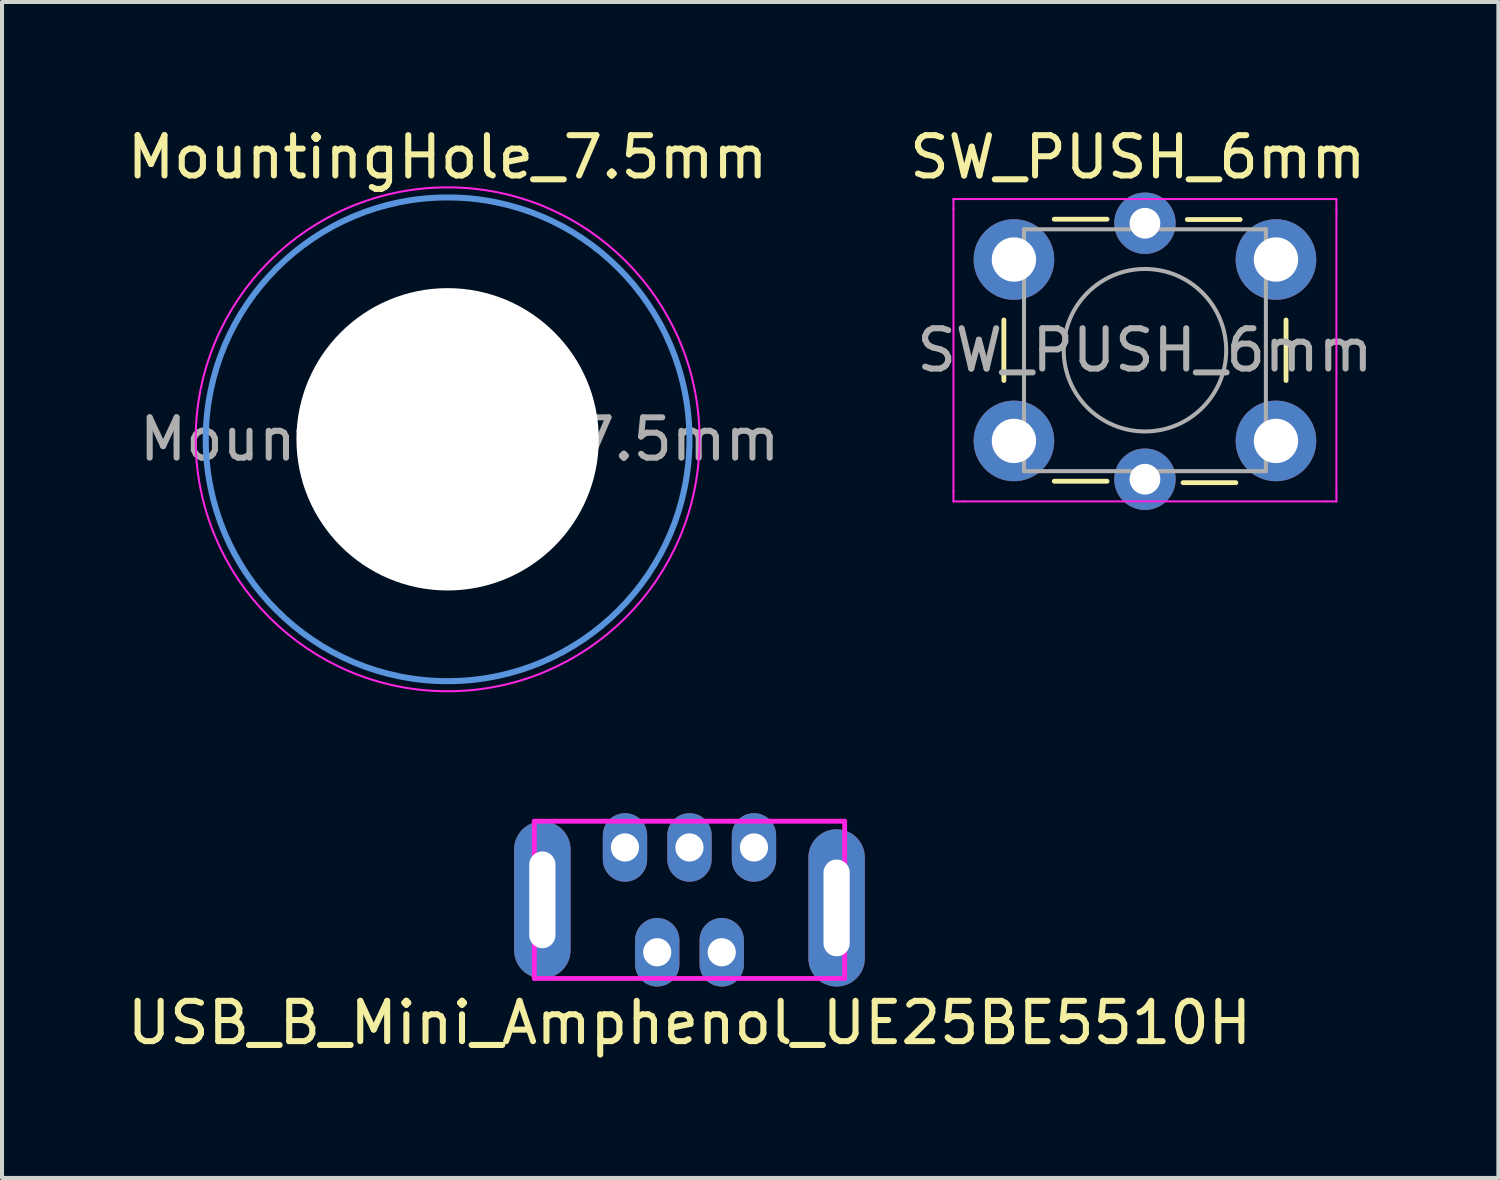
<source format=kicad_pcb>
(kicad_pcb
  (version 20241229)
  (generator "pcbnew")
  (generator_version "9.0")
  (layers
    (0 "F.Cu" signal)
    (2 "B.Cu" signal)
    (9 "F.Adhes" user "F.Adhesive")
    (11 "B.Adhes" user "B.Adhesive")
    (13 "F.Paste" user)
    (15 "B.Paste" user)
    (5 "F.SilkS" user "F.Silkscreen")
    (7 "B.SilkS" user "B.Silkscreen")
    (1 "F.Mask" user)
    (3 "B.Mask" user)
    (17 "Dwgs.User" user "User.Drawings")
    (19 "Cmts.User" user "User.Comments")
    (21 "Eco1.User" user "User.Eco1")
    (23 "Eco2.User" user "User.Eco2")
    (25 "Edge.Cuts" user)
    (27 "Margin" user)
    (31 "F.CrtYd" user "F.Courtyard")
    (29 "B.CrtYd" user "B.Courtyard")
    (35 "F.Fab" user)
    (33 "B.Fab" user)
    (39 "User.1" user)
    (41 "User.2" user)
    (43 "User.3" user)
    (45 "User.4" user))
  (footprint "SW_PUSH_6mm"
    (layer "F.Cu")
    (at 25.175 5.698)
    (property "Reference" "SW_PUSH_6mm" (at 0 -4.85 0) (layer "F.SilkS") (effects (font (size 1 1) (thickness 0.15))))
    (attr through_hole)
    (fp_line (start -3.322 -0.81) (end -3.322 0.69) (stroke (width 0.12) (type solid)) (layer "F.SilkS"))
    (fp_line (start -2.072 3.19) (end -0.762 3.19) (stroke (width 0.12) (type solid)) (layer "F.SilkS"))
    (fp_line (start -0.762 -3.31) (end -2.072 -3.31) (stroke (width 0.12) (type solid)) (layer "F.SilkS"))
    (fp_line (start 1.123 3.226) (end 2.433 3.226) (stroke (width 0.12) (type solid)) (layer "F.SilkS"))
    (fp_line (start 2.54 -3.302) (end 1.23 -3.302) (stroke (width 0.12) (type solid)) (layer "F.SilkS"))
    (fp_line (start 3.678 0.69) (end 3.678 -0.81) (stroke (width 0.12) (type solid)) (layer "F.SilkS"))
    (fp_line (start -4.572 -3.81) (end -4.322 -3.81) (stroke (width 0.05) (type solid)) (layer "F.CrtYd"))
    (fp_line (start -4.572 -3.56) (end -4.572 -3.81) (stroke (width 0.05) (type solid)) (layer "F.CrtYd"))
    (fp_line (start -4.572 3.44) (end -4.572 -3.56) (stroke (width 0.05) (type solid)) (layer "F.CrtYd"))
    (fp_line (start -4.572 3.44) (end -4.572 3.69) (stroke (width 0.05) (type solid)) (layer "F.CrtYd"))
    (fp_line (start -4.572 3.69) (end -4.322 3.69) (stroke (width 0.05) (type solid)) (layer "F.CrtYd"))
    (fp_line (start -4.322 -3.81) (end 4.678 -3.81) (stroke (width 0.05) (type solid)) (layer "F.CrtYd"))
    (fp_line (start 4.678 -3.81) (end 4.928 -3.81) (stroke (width 0.05) (type solid)) (layer "F.CrtYd"))
    (fp_line (start 4.678 3.69) (end -4.322 3.69) (stroke (width 0.05) (type solid)) (layer "F.CrtYd"))
    (fp_line (start 4.678 3.69) (end 4.928 3.69) (stroke (width 0.05) (type solid)) (layer "F.CrtYd"))
    (fp_line (start 4.928 -3.81) (end 4.928 -3.56) (stroke (width 0.05) (type solid)) (layer "F.CrtYd"))
    (fp_line (start 4.928 -3.56) (end 4.928 3.44) (stroke (width 0.05) (type solid)) (layer "F.CrtYd"))
    (fp_line (start 4.928 3.69) (end 4.928 3.44) (stroke (width 0.05) (type solid)) (layer "F.CrtYd"))
    (fp_line (start -2.822 -3.06) (end 0.178 -3.06) (stroke (width 0.1) (type solid)) (layer "F.Fab"))
    (fp_line (start -2.822 2.94) (end -2.822 -3.06) (stroke (width 0.1) (type solid)) (layer "F.Fab"))
    (fp_line (start 0.178 -3.06) (end 3.178 -3.06) (stroke (width 0.1) (type solid)) (layer "F.Fab"))
    (fp_line (start 3.178 -3.06) (end 3.178 2.94) (stroke (width 0.1) (type solid)) (layer "F.Fab"))
    (fp_line (start 3.178 2.94) (end -2.822 2.94) (stroke (width 0.1) (type solid)) (layer "F.Fab"))
    (fp_circle (center 0.178 -0.06) (end -1.822 0.19) (stroke (width 0.1) (type solid)) (fill no) (layer "F.Fab"))
    (fp_text user "${REFERENCE}" (at 0.178 -0.06 0) (layer "F.Fab") (effects (font (size 1 1) (thickness 0.15))))
    (pad "1" thru_hole circle (at -3.072 -2.31 90) (size 2 2) (drill 1.1) (layers "*.Cu" "*.Mask"))
    (pad "1" thru_hole circle (at 3.428 -2.31 90) (size 2 2) (drill 1.1) (layers "*.Cu" "*.Mask"))
    (pad "2" thru_hole circle (at -3.072 2.19 90) (size 2 2) (drill 1.1) (layers "*.Cu" "*.Mask"))
    (pad "2" thru_hole circle (at 3.428 2.19 90) (size 2 2) (drill 1.1) (layers "*.Cu" "*.Mask"))
    (pad "3" thru_hole circle (at 0.178 -3.21) (size 1.524 1.524) (drill 0.762) (layers "*.Cu" "*.Mask"))
    (pad "4" thru_hole circle (at 0.178 3.14) (size 1.524 1.524) (drill 0.762) (layers "*.Cu" "*.Mask")))
  (footprint "MountingHole_7.5mm"
    (layer "F.Cu")
    (at 8.054 7.848)
    (property "Reference" "MountingHole_7.5mm" (at 0 -7 0) (layer "F.SilkS") (effects (font (size 1 1) (thickness 0.15))))
    (attr exclude_from_pos_files exclude_from_bom)
    (fp_circle (center 0 0) (end 6 0) (stroke (width 0.15) (type solid)) (fill no) (layer "Cmts.User"))
    (fp_circle (center 0 0) (end 6.25 0) (stroke (width 0.05) (type solid)) (fill no) (layer "F.CrtYd"))
    (fp_text user "${REFERENCE}" (at 0.3 0 0) (layer "F.Fab") (effects (font (size 1 1) (thickness 0.15))))
    (pad "" np_thru_hole circle (at 0 0) (size 7.5 7.5) (drill 7.5) (layers "*.Cu" "*.Mask")))
  (footprint "USB_B_Mini_Amphenol_UE25BE5510H"
    (layer "F.Cu")
    (at 14.054 19.273)
    (property "Reference" "USB_B_Mini_Amphenol_UE25BE5510H" (at 0 3.05 0) (layer "F.SilkS") (effects (font (size 1 1) (thickness 0.15))))
    (attr through_hole)
    (fp_line (start -3.85 -1.95) (end -3.85 1.95) (stroke (width 0.12) (type solid)) (layer "F.CrtYd"))
    (fp_line (start -3.85 1.95) (end 3.85 1.95) (stroke (width 0.12) (type solid)) (layer "F.CrtYd"))
    (fp_line (start 3.85 -1.95) (end -3.85 -1.95) (stroke (width 0.12) (type solid)) (layer "F.CrtYd"))
    (fp_line (start 3.85 1.95) (end 3.85 -1.95) (stroke (width 0.12) (type solid)) (layer "F.CrtYd"))
    (pad "1" thru_hole oval (at 1.6 -1.3) (size 1.1 1.7) (drill 0.7) (layers "*.Cu" "*.Mask"))
    (pad "2" thru_hole oval (at 0.8 1.3) (size 1.1 1.7) (drill 0.7) (layers "*.Cu" "*.Mask"))
    (pad "3" thru_hole oval (at 0 -1.3) (size 1.1 1.7) (drill 0.7) (layers "*.Cu" "*.Mask"))
    (pad "4" thru_hole oval (at -0.8 1.3) (size 1.1 1.7) (drill 0.7) (layers "*.Cu" "*.Mask"))
    (pad "5" thru_hole oval (at -1.6 -1.3) (size 1.1 1.7) (drill 0.7) (layers "*.Cu" "*.Mask"))
    (pad "6" thru_hole oval (at -3.65 0) (size 1.4 3.9) (drill oval 0.65 2.4) (layers "*.Cu" "*.Mask"))
    (pad "6" thru_hole oval (at 3.65 0.2) (size 1.4 3.9) (drill oval 0.65 2.4) (layers "*.Cu" "*.Mask")))
  (gr_rect
    (start -3 -3)
    (end 34.121 26.172)
    (stroke (width 0.1) (type default))
    (fill no)
    (layer "Edge.Cuts")))
</source>
